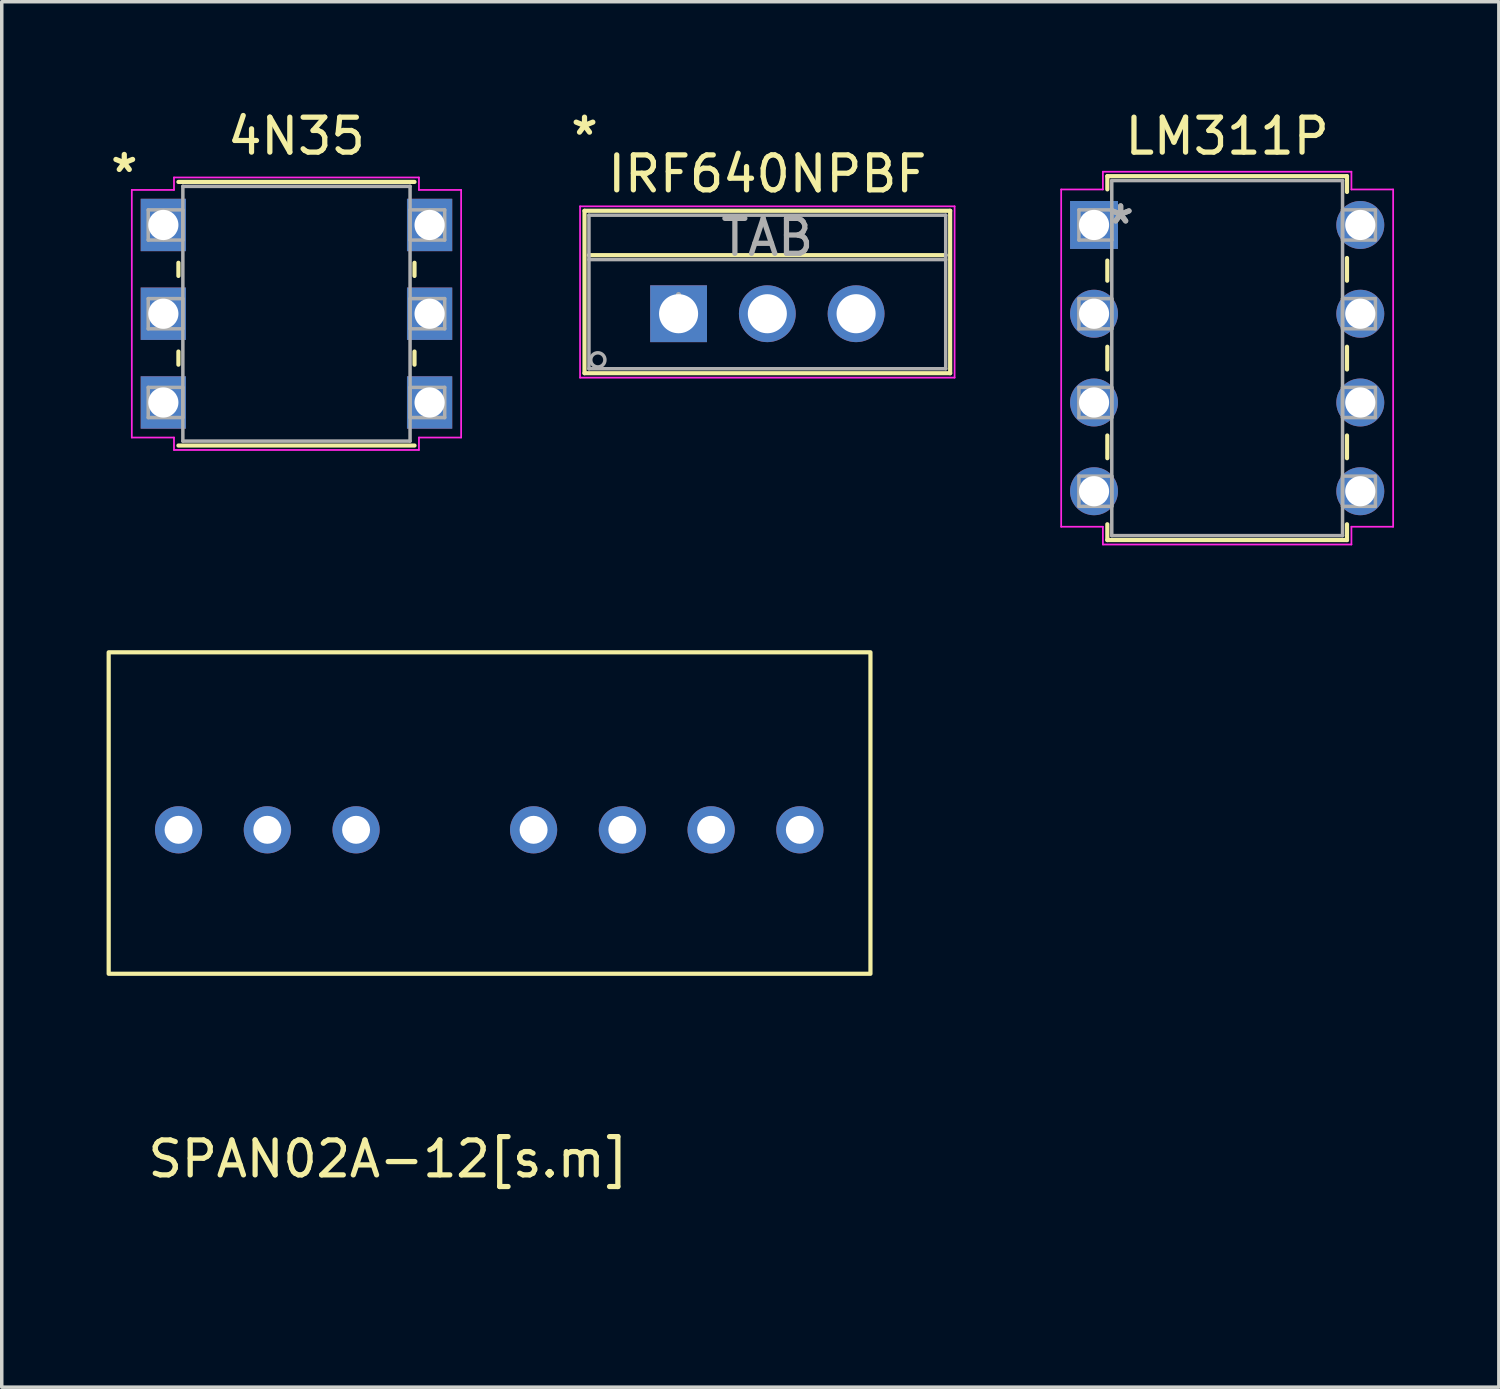
<source format=kicad_pcb>
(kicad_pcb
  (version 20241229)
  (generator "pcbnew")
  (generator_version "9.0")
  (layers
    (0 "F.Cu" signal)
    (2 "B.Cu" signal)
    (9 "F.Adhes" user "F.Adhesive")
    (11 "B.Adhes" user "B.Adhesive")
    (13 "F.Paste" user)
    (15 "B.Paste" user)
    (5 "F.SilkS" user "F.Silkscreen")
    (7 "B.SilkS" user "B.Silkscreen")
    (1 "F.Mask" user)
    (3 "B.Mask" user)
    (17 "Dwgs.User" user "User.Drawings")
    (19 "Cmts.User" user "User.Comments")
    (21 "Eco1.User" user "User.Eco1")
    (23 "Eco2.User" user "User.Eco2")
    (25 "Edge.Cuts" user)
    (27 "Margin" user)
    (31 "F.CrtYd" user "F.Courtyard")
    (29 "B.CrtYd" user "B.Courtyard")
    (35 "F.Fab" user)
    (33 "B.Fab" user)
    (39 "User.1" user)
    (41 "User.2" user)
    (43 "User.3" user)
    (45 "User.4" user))
  (footprint "IRF640NPBF"
    (layer "F.Cu")
    (at 16.369 5.928)
    (property "Reference" "IRF640NPBF" (at 2.54 -4 0) (layer "F.SilkS") (effects (font (size 1 1) (thickness 0.15))))
    (attr through_hole)
    (fp_line (start -2.692 -2.946) (end -2.692 1.702) (stroke (width 0.12) (type solid)) (layer "F.SilkS"))
    (fp_line (start -2.692 1.702) (end 7.772 1.702) (stroke (width 0.12) (type solid)) (layer "F.SilkS"))
    (fp_line (start -2.565 -1.676) (end 7.645 -1.676) (stroke (width 0.12) (type solid)) (layer "F.SilkS"))
    (fp_line (start 7.772 -2.946) (end -2.692 -2.946) (stroke (width 0.12) (type solid)) (layer "F.SilkS"))
    (fp_line (start 7.772 1.702) (end 7.772 -2.946) (stroke (width 0.12) (type solid)) (layer "F.SilkS"))
    (fp_line (start -2.819 -3.073) (end -2.819 1.829) (stroke (width 0.05) (type solid)) (layer "F.CrtYd"))
    (fp_line (start -2.819 1.829) (end 7.899 1.829) (stroke (width 0.05) (type solid)) (layer "F.CrtYd"))
    (fp_line (start 7.899 -3.073) (end -2.819 -3.073) (stroke (width 0.05) (type solid)) (layer "F.CrtYd"))
    (fp_line (start 7.899 1.829) (end 7.899 -3.073) (stroke (width 0.05) (type solid)) (layer "F.CrtYd"))
    (fp_line (start -2.565 -2.819) (end -2.565 1.575) (stroke (width 0.1) (type solid)) (layer "F.Fab"))
    (fp_line (start -2.565 -1.549) (end 7.645 -1.549) (stroke (width 0.1) (type solid)) (layer "F.Fab"))
    (fp_line (start -2.565 1.575) (end 7.645 1.575) (stroke (width 0.1) (type solid)) (layer "F.Fab"))
    (fp_line (start 7.645 -2.819) (end -2.565 -2.819) (stroke (width 0.1) (type solid)) (layer "F.Fab"))
    (fp_line (start 7.645 1.575) (end 7.645 -2.819) (stroke (width 0.1) (type solid)) (layer "F.Fab"))
    (fp_circle (center -2.311 1.321) (end -2.108 1.321) (stroke (width 0.1) (type solid)) (fill no) (layer "F.Fab"))
    (fp_text user "*" (at -2.692 -5.08 0) (layer "F.SilkS") (effects (font (size 1 1) (thickness 0.15))))
    (fp_text user "TAB" (at 2.54 -2.184 0) (layer "F.Fab") (effects (font (size 1 1) (thickness 0.15))))
    (fp_text user "*" (at 0 0 0) (layer "F.Fab") (effects (font (size 1 1) (thickness 0.15))))
    (pad "1" thru_hole rect (at 0 0) (size 1.626 1.626) (drill 1.118) (layers "*.Cu" "*.Mask"))
    (pad "2" thru_hole circle (at 2.54 0) (size 1.626 1.626) (drill 1.118) (layers "*.Cu" "*.Mask"))
    (pad "3" thru_hole circle (at 5.08 0) (size 1.626 1.626) (drill 1.118) (layers "*.Cu" "*.Mask")))
  (footprint "4N35"
    (layer "F.Cu")
    (at 1.624 3.388)
    (property "Reference" "4N35" (at 3.81 -2.54 0) (layer "F.SilkS") (effects (font (size 1 1) (thickness 0.15))))
    (attr through_hole)
    (fp_line (start 0.432 1.082) (end 0.432 1.458) (stroke (width 0.12) (type solid)) (layer "F.SilkS"))
    (fp_line (start 0.432 3.622) (end 0.432 3.998) (stroke (width 0.12) (type solid)) (layer "F.SilkS"))
    (fp_line (start 0.432 6.312) (end 7.188 6.312) (stroke (width 0.12) (type solid)) (layer "F.SilkS"))
    (fp_line (start 7.188 -1.232) (end 0.432 -1.232) (stroke (width 0.12) (type solid)) (layer "F.SilkS"))
    (fp_line (start 7.188 1.458) (end 7.188 1.082) (stroke (width 0.12) (type solid)) (layer "F.SilkS"))
    (fp_line (start 7.188 3.998) (end 7.188 3.622) (stroke (width 0.12) (type solid)) (layer "F.SilkS"))
    (fp_line (start -0.902 -1.003) (end 0.305 -1.003) (stroke (width 0.05) (type solid)) (layer "F.CrtYd"))
    (fp_line (start -0.902 6.083) (end -0.902 -1.003) (stroke (width 0.05) (type solid)) (layer "F.CrtYd"))
    (fp_line (start -0.902 6.083) (end 0.305 6.083) (stroke (width 0.05) (type solid)) (layer "F.CrtYd"))
    (fp_line (start 0.305 -1.359) (end 0.305 -1.003) (stroke (width 0.05) (type solid)) (layer "F.CrtYd"))
    (fp_line (start 0.305 -1.359) (end 7.315 -1.359) (stroke (width 0.05) (type solid)) (layer "F.CrtYd"))
    (fp_line (start 0.305 6.439) (end 0.305 6.083) (stroke (width 0.05) (type solid)) (layer "F.CrtYd"))
    (fp_line (start 7.315 -1.359) (end 7.315 -1.003) (stroke (width 0.05) (type solid)) (layer "F.CrtYd"))
    (fp_line (start 7.315 6.083) (end 7.315 6.439) (stroke (width 0.05) (type solid)) (layer "F.CrtYd"))
    (fp_line (start 7.315 6.083) (end 8.522 6.083) (stroke (width 0.05) (type solid)) (layer "F.CrtYd"))
    (fp_line (start 7.315 6.439) (end 0.305 6.439) (stroke (width 0.05) (type solid)) (layer "F.CrtYd"))
    (fp_line (start 8.522 -1.003) (end 7.315 -1.003) (stroke (width 0.05) (type solid)) (layer "F.CrtYd"))
    (fp_line (start 8.522 6.083) (end 8.522 -1.003) (stroke (width 0.05) (type solid)) (layer "F.CrtYd"))
    (fp_line (start -0.432 -0.432) (end -0.432 0.432) (stroke (width 0.1) (type solid)) (layer "F.Fab"))
    (fp_line (start -0.432 0.432) (end 0.559 0.432) (stroke (width 0.1) (type solid)) (layer "F.Fab"))
    (fp_line (start -0.432 2.108) (end -0.432 2.972) (stroke (width 0.1) (type solid)) (layer "F.Fab"))
    (fp_line (start -0.432 2.972) (end 0.559 2.972) (stroke (width 0.1) (type solid)) (layer "F.Fab"))
    (fp_line (start -0.432 4.648) (end -0.432 5.512) (stroke (width 0.1) (type solid)) (layer "F.Fab"))
    (fp_line (start -0.432 5.512) (end 0.559 5.512) (stroke (width 0.1) (type solid)) (layer "F.Fab"))
    (fp_line (start 0.559 -1.105) (end 0.559 6.185) (stroke (width 0.1) (type solid)) (layer "F.Fab"))
    (fp_line (start 0.559 -0.432) (end -0.432 -0.432) (stroke (width 0.1) (type solid)) (layer "F.Fab"))
    (fp_line (start 0.559 0.432) (end 0.559 -0.432) (stroke (width 0.1) (type solid)) (layer "F.Fab"))
    (fp_line (start 0.559 2.108) (end -0.432 2.108) (stroke (width 0.1) (type solid)) (layer "F.Fab"))
    (fp_line (start 0.559 2.972) (end 0.559 2.108) (stroke (width 0.1) (type solid)) (layer "F.Fab"))
    (fp_line (start 0.559 4.648) (end -0.432 4.648) (stroke (width 0.1) (type solid)) (layer "F.Fab"))
    (fp_line (start 0.559 5.512) (end 0.559 4.648) (stroke (width 0.1) (type solid)) (layer "F.Fab"))
    (fp_line (start 0.559 6.185) (end 7.061 6.185) (stroke (width 0.1) (type solid)) (layer "F.Fab"))
    (fp_line (start 7.061 -1.105) (end 0.559 -1.105) (stroke (width 0.1) (type solid)) (layer "F.Fab"))
    (fp_line (start 7.061 -0.432) (end 7.061 0.432) (stroke (width 0.1) (type solid)) (layer "F.Fab"))
    (fp_line (start 7.061 0.432) (end 8.052 0.432) (stroke (width 0.1) (type solid)) (layer "F.Fab"))
    (fp_line (start 7.061 2.108) (end 7.061 2.972) (stroke (width 0.1) (type solid)) (layer "F.Fab"))
    (fp_line (start 7.061 2.972) (end 8.052 2.972) (stroke (width 0.1) (type solid)) (layer "F.Fab"))
    (fp_line (start 7.061 4.648) (end 7.061 5.512) (stroke (width 0.1) (type solid)) (layer "F.Fab"))
    (fp_line (start 7.061 5.512) (end 8.052 5.512) (stroke (width 0.1) (type solid)) (layer "F.Fab"))
    (fp_line (start 7.061 6.185) (end 7.061 -1.105) (stroke (width 0.1) (type solid)) (layer "F.Fab"))
    (fp_line (start 8.052 -0.432) (end 7.061 -0.432) (stroke (width 0.1) (type solid)) (layer "F.Fab"))
    (fp_line (start 8.052 0.432) (end 8.052 -0.432) (stroke (width 0.1) (type solid)) (layer "F.Fab"))
    (fp_line (start 8.052 2.108) (end 7.061 2.108) (stroke (width 0.1) (type solid)) (layer "F.Fab"))
    (fp_line (start 8.052 2.972) (end 8.052 2.108) (stroke (width 0.1) (type solid)) (layer "F.Fab"))
    (fp_line (start 8.052 4.648) (end 7.061 4.648) (stroke (width 0.1) (type solid)) (layer "F.Fab"))
    (fp_line (start 8.052 5.512) (end 8.052 4.648) (stroke (width 0.1) (type solid)) (layer "F.Fab"))
    (fp_text user "*" (at -1.118 -1.473 0) (layer "F.SilkS") (effects (font (size 1 1) (thickness 0.15))))
    (pad "1" thru_hole rect (at 0 0) (size 1.295 1.499) (drill 0.864) (layers "*.Cu" "*.Mask"))
    (pad "2" thru_hole rect (at 0 2.54) (size 1.295 1.499) (drill 0.864) (layers "*.Cu" "*.Mask"))
    (pad "3" thru_hole rect (at 0 5.08) (size 1.295 1.499) (drill 0.864) (layers "*.Cu" "*.Mask"))
    (pad "4" thru_hole rect (at 7.62 5.08) (size 1.295 1.499) (drill 0.864) (layers "*.Cu" "*.Mask"))
    (pad "5" thru_hole rect (at 7.62 2.54) (size 1.295 1.499) (drill 0.864) (layers "*.Cu" "*.Mask"))
    (pad "6" thru_hole rect (at 7.62 0) (size 1.295 1.499) (drill 0.864) (layers "*.Cu" "*.Mask")))
  (footprint "SPAN02A-12[s.m]"
    (layer "F.Cu")
    (at 12.22 33.397)
    (property "Reference" "SPAN02A-12[s.m]" (at -4.16 -3.28 0) (unlocked yes) (layer "F.SilkS") (effects (font (size 1 1) (thickness 0.15))))
    (attr through_hole)
    (fp_rect (start -12.16 -17.78) (end 9.64 -8.58) (stroke (width 0.12) (type solid)) (fill no) (layer "F.SilkS"))
    (pad "1" thru_hole circle (at -10.16 -12.7) (size 1.35 1.35) (drill 0.8) (layers "*.Cu" "*.Mask"))
    (pad "2" thru_hole circle (at -7.62 -12.7) (size 1.35 1.35) (drill 0.8) (layers "*.Cu" "*.Mask"))
    (pad "3" thru_hole circle (at -5.08 -12.7) (size 1.35 1.35) (drill 0.8) (layers "*.Cu" "*.Mask"))
    (pad "4" thru_hole circle (at 0 -12.7) (size 1.35 1.35) (drill 0.8) (layers "*.Cu" "*.Mask"))
    (pad "5" thru_hole circle (at 2.54 -12.7) (size 1.35 1.35) (drill 0.8) (layers "*.Cu" "*.Mask"))
    (pad "6" thru_hole circle (at 5.08 -12.7) (size 1.35 1.35) (drill 0.8) (layers "*.Cu" "*.Mask"))
    (pad "7" thru_hole circle (at 7.62 -12.7) (size 1.35 1.35) (drill 0.8) (layers "*.Cu" "*.Mask")))
  (footprint "LM311P"
    (layer "F.Cu")
    (at 28.258 3.388)
    (property "Reference" "LM311P" (at 3.81 -2.54 0) (layer "F.SilkS") (effects (font (size 1 1) (thickness 0.15))))
    (attr through_hole)
    (fp_line (start 0.381 -1.397) (end 0.381 -1.019) (stroke (width 0.12) (type solid)) (layer "F.SilkS"))
    (fp_line (start 0.381 1.019) (end 0.381 1.595) (stroke (width 0.12) (type solid)) (layer "F.SilkS"))
    (fp_line (start 0.381 3.485) (end 0.381 4.135) (stroke (width 0.12) (type solid)) (layer "F.SilkS"))
    (fp_line (start 0.381 6.025) (end 0.381 6.675) (stroke (width 0.12) (type solid)) (layer "F.SilkS"))
    (fp_line (start 0.381 8.565) (end 0.381 9.017) (stroke (width 0.12) (type solid)) (layer "F.SilkS"))
    (fp_line (start 0.381 9.017) (end 7.239 9.017) (stroke (width 0.12) (type solid)) (layer "F.SilkS"))
    (fp_line (start 7.239 -1.397) (end 0.381 -1.397) (stroke (width 0.12) (type solid)) (layer "F.SilkS"))
    (fp_line (start 7.239 -0.945) (end 7.239 -1.397) (stroke (width 0.12) (type solid)) (layer "F.SilkS"))
    (fp_line (start 7.239 1.595) (end 7.239 0.945) (stroke (width 0.12) (type solid)) (layer "F.SilkS"))
    (fp_line (start 7.239 4.135) (end 7.239 3.485) (stroke (width 0.12) (type solid)) (layer "F.SilkS"))
    (fp_line (start 7.239 6.675) (end 7.239 6.025) (stroke (width 0.12) (type solid)) (layer "F.SilkS"))
    (fp_line (start 7.239 9.017) (end 7.239 8.565) (stroke (width 0.12) (type solid)) (layer "F.SilkS"))
    (fp_line (start -0.94 -1.016) (end -0.94 8.636) (stroke (width 0.05) (type solid)) (layer "F.CrtYd"))
    (fp_line (start -0.94 -1.016) (end 0.254 -1.016) (stroke (width 0.05) (type solid)) (layer "F.CrtYd"))
    (fp_line (start 0.254 -1.016) (end 0.254 -1.524) (stroke (width 0.05) (type solid)) (layer "F.CrtYd"))
    (fp_line (start 0.254 8.636) (end -0.94 8.636) (stroke (width 0.05) (type solid)) (layer "F.CrtYd"))
    (fp_line (start 0.254 8.636) (end 0.254 9.144) (stroke (width 0.05) (type solid)) (layer "F.CrtYd"))
    (fp_line (start 7.366 -1.524) (end 0.254 -1.524) (stroke (width 0.05) (type solid)) (layer "F.CrtYd"))
    (fp_line (start 7.366 -1.524) (end 7.366 -1.016) (stroke (width 0.05) (type solid)) (layer "F.CrtYd"))
    (fp_line (start 7.366 9.144) (end 0.254 9.144) (stroke (width 0.05) (type solid)) (layer "F.CrtYd"))
    (fp_line (start 7.366 9.144) (end 7.366 8.636) (stroke (width 0.05) (type solid)) (layer "F.CrtYd"))
    (fp_line (start 8.56 -1.016) (end 7.366 -1.016) (stroke (width 0.05) (type solid)) (layer "F.CrtYd"))
    (fp_line (start 8.56 -1.016) (end 8.56 8.636) (stroke (width 0.05) (type solid)) (layer "F.CrtYd"))
    (fp_line (start 8.56 8.636) (end 7.366 8.636) (stroke (width 0.05) (type solid)) (layer "F.CrtYd"))
    (fp_line (start -0.432 -0.432) (end -0.432 0.432) (stroke (width 0.1) (type solid)) (layer "F.Fab"))
    (fp_line (start -0.432 0.432) (end 0.508 0.432) (stroke (width 0.1) (type solid)) (layer "F.Fab"))
    (fp_line (start -0.432 2.108) (end -0.432 2.972) (stroke (width 0.1) (type solid)) (layer "F.Fab"))
    (fp_line (start -0.432 2.972) (end 0.508 2.972) (stroke (width 0.1) (type solid)) (layer "F.Fab"))
    (fp_line (start -0.432 4.648) (end -0.432 5.512) (stroke (width 0.1) (type solid)) (layer "F.Fab"))
    (fp_line (start -0.432 5.512) (end 0.508 5.512) (stroke (width 0.1) (type solid)) (layer "F.Fab"))
    (fp_line (start -0.432 7.188) (end -0.432 8.052) (stroke (width 0.1) (type solid)) (layer "F.Fab"))
    (fp_line (start -0.432 8.052) (end 0.508 8.052) (stroke (width 0.1) (type solid)) (layer "F.Fab"))
    (fp_line (start 0.508 -1.27) (end 0.508 8.89) (stroke (width 0.1) (type solid)) (layer "F.Fab"))
    (fp_line (start 0.508 -0.432) (end -0.432 -0.432) (stroke (width 0.1) (type solid)) (layer "F.Fab"))
    (fp_line (start 0.508 0.432) (end 0.508 -0.432) (stroke (width 0.1) (type solid)) (layer "F.Fab"))
    (fp_line (start 0.508 2.108) (end -0.432 2.108) (stroke (width 0.1) (type solid)) (layer "F.Fab"))
    (fp_line (start 0.508 2.972) (end 0.508 2.108) (stroke (width 0.1) (type solid)) (layer "F.Fab"))
    (fp_line (start 0.508 4.648) (end -0.432 4.648) (stroke (width 0.1) (type solid)) (layer "F.Fab"))
    (fp_line (start 0.508 5.512) (end 0.508 4.648) (stroke (width 0.1) (type solid)) (layer "F.Fab"))
    (fp_line (start 0.508 7.188) (end -0.432 7.188) (stroke (width 0.1) (type solid)) (layer "F.Fab"))
    (fp_line (start 0.508 8.052) (end 0.508 7.188) (stroke (width 0.1) (type solid)) (layer "F.Fab"))
    (fp_line (start 0.508 8.89) (end 7.112 8.89) (stroke (width 0.1) (type solid)) (layer "F.Fab"))
    (fp_line (start 7.112 -1.27) (end 0.508 -1.27) (stroke (width 0.1) (type solid)) (layer "F.Fab"))
    (fp_line (start 7.112 -0.432) (end 7.112 0.432) (stroke (width 0.1) (type solid)) (layer "F.Fab"))
    (fp_line (start 7.112 0.432) (end 8.052 0.432) (stroke (width 0.1) (type solid)) (layer "F.Fab"))
    (fp_line (start 7.112 2.108) (end 7.112 2.972) (stroke (width 0.1) (type solid)) (layer "F.Fab"))
    (fp_line (start 7.112 2.972) (end 8.052 2.972) (stroke (width 0.1) (type solid)) (layer "F.Fab"))
    (fp_line (start 7.112 4.648) (end 7.112 5.512) (stroke (width 0.1) (type solid)) (layer "F.Fab"))
    (fp_line (start 7.112 5.512) (end 8.052 5.512) (stroke (width 0.1) (type solid)) (layer "F.Fab"))
    (fp_line (start 7.112 7.188) (end 7.112 8.052) (stroke (width 0.1) (type solid)) (layer "F.Fab"))
    (fp_line (start 7.112 8.052) (end 8.052 8.052) (stroke (width 0.1) (type solid)) (layer "F.Fab"))
    (fp_line (start 7.112 8.89) (end 7.112 -1.27) (stroke (width 0.1) (type solid)) (layer "F.Fab"))
    (fp_line (start 8.052 -0.432) (end 7.112 -0.432) (stroke (width 0.1) (type solid)) (layer "F.Fab"))
    (fp_line (start 8.052 0.432) (end 8.052 -0.432) (stroke (width 0.1) (type solid)) (layer "F.Fab"))
    (fp_line (start 8.052 2.108) (end 7.112 2.108) (stroke (width 0.1) (type solid)) (layer "F.Fab"))
    (fp_line (start 8.052 2.972) (end 8.052 2.108) (stroke (width 0.1) (type solid)) (layer "F.Fab"))
    (fp_line (start 8.052 4.648) (end 7.112 4.648) (stroke (width 0.1) (type solid)) (layer "F.Fab"))
    (fp_line (start 8.052 5.512) (end 8.052 4.648) (stroke (width 0.1) (type solid)) (layer "F.Fab"))
    (fp_line (start 8.052 7.188) (end 7.112 7.188) (stroke (width 0.1) (type solid)) (layer "F.Fab"))
    (fp_line (start 8.052 8.052) (end 8.052 7.188) (stroke (width 0.1) (type solid)) (layer "F.Fab"))
    (fp_text user "*" (at 0.762 0 0) (layer "F.Fab") (effects (font (size 1 1) (thickness 0.15))))
    (fp_text user "*" (at 0.762 0 0) (layer "F.Fab") (effects (font (size 1 1) (thickness 0.15))))
    (pad "1" thru_hole rect (at 0 0) (size 1.372 1.372) (drill 0.864) (layers "*.Cu" "*.Mask"))
    (pad "2" thru_hole circle (at 0 2.54) (size 1.372 1.372) (drill 0.864) (layers "*.Cu" "*.Mask"))
    (pad "3" thru_hole circle (at 0 5.08) (size 1.372 1.372) (drill 0.864) (layers "*.Cu" "*.Mask"))
    (pad "4" thru_hole circle (at 0 7.62) (size 1.372 1.372) (drill 0.864) (layers "*.Cu" "*.Mask"))
    (pad "5" thru_hole circle (at 7.62 7.62) (size 1.372 1.372) (drill 0.864) (layers "*.Cu" "*.Mask"))
    (pad "6" thru_hole circle (at 7.62 5.08) (size 1.372 1.372) (drill 0.864) (layers "*.Cu" "*.Mask"))
    (pad "7" thru_hole circle (at 7.62 2.54) (size 1.372 1.372) (drill 0.864) (layers "*.Cu" "*.Mask"))
    (pad "8" thru_hole circle (at 7.62 0) (size 1.372 1.372) (drill 0.864) (layers "*.Cu" "*.Mask")))
  (gr_rect
    (start -3 -3)
    (end 39.843 36.647)
    (stroke (width 0.1) (type default))
    (fill no)
    (layer "Edge.Cuts")))
</source>
